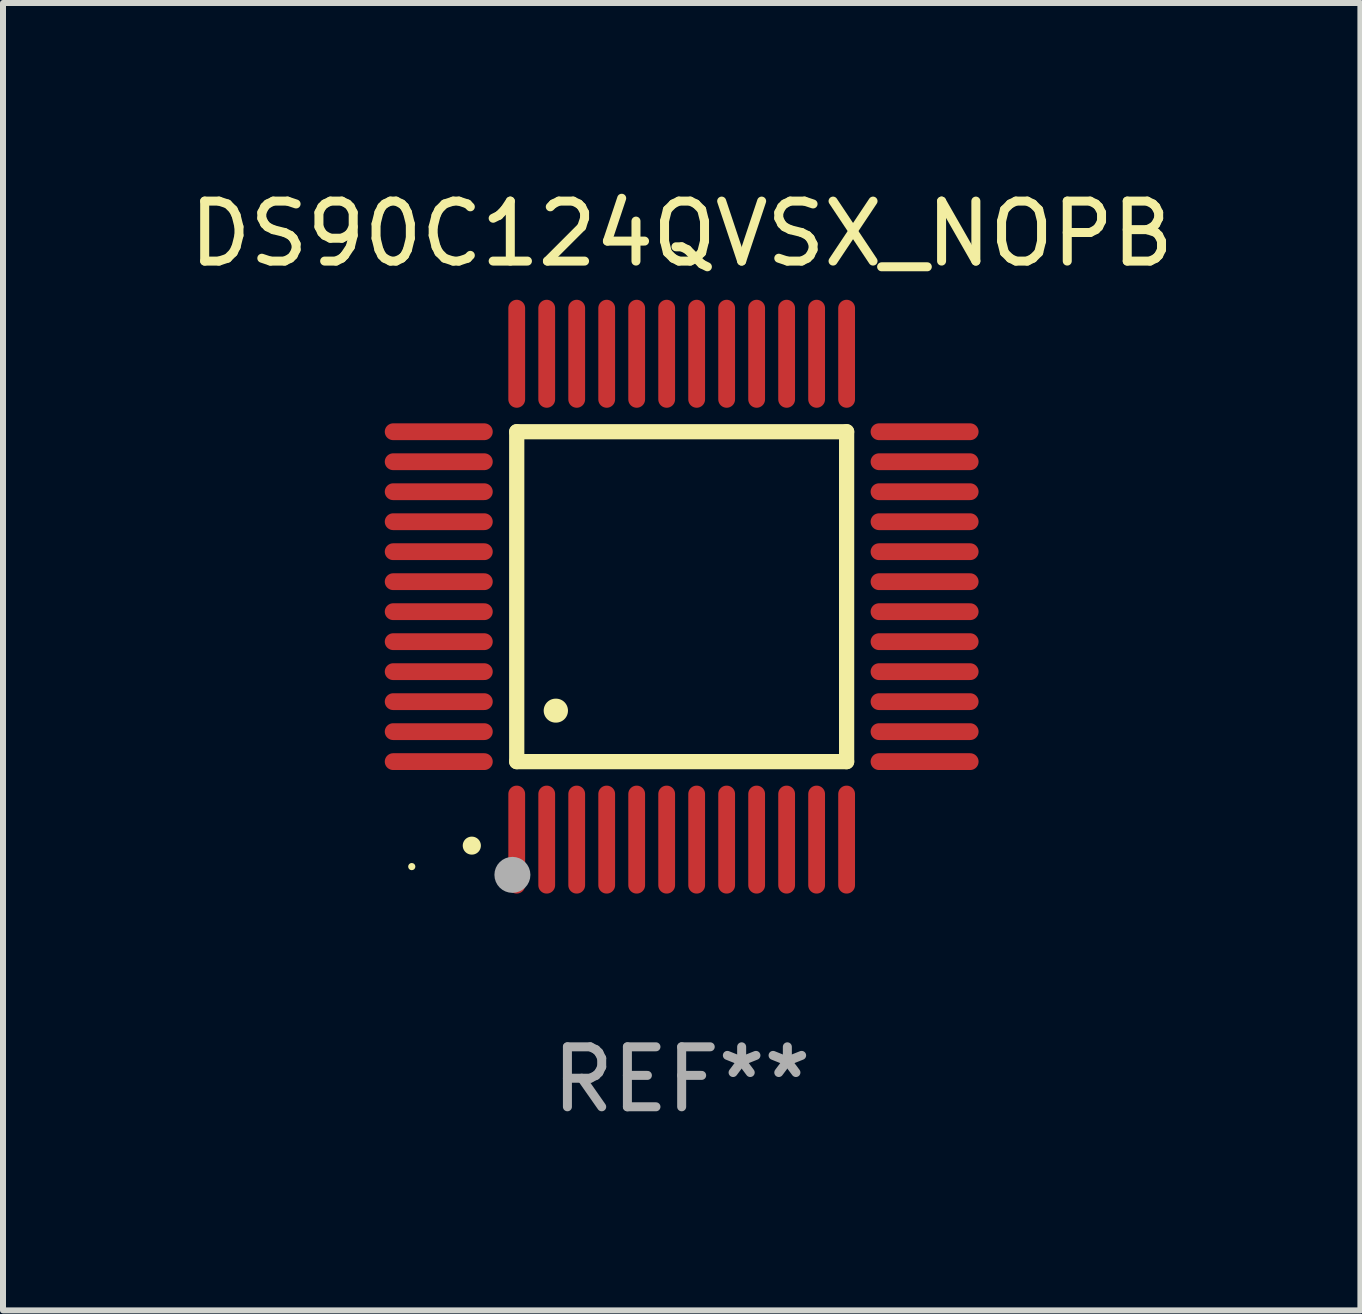
<source format=kicad_pcb>
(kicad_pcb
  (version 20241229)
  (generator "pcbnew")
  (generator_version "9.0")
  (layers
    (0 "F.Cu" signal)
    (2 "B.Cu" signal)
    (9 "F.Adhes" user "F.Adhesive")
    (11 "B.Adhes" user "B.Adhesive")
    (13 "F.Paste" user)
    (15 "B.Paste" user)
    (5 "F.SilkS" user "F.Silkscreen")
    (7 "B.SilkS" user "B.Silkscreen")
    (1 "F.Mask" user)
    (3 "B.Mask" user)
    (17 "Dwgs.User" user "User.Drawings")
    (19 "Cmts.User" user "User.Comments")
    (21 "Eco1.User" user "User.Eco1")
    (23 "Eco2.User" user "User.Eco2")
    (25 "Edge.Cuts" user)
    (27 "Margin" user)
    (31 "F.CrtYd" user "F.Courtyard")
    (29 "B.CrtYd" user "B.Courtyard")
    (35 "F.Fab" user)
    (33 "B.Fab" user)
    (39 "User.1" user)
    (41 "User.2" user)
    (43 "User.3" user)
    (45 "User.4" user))
  (footprint "DS90C124QVSX_NOPB"
    (layer "F.Cu")
    (at 8.315 6.898)
    (property "Reference" "DS90C124QVSX_NOPB" (at 0 -6.05 0) (layer "F.SilkS") (effects (font (size 1 1) (thickness 0.15))))
    (attr through_hole)
    (fp_line (start -2.75 -2.75) (end 2.75 -2.75) (stroke (width 0.254) (type solid)) (layer "F.SilkS"))
    (fp_line (start -2.75 2.75) (end -2.75 -2.75) (stroke (width 0.254) (type solid)) (layer "F.SilkS"))
    (fp_line (start 2.75 -2.75) (end 2.75 2.75) (stroke (width 0.254) (type solid)) (layer "F.SilkS"))
    (fp_line (start 2.75 2.75) (end -2.75 2.75) (stroke (width 0.254) (type solid)) (layer "F.SilkS"))
    (fp_arc (start -3.500127 4.150368) (mid -3.498857 4.150363) (end -3.497587 4.150368) (stroke (width 0.3) (type solid)) (layer "F.SilkS"))
    (fp_arc (start -2.100584 1.899924) (mid -2.098044 1.899908) (end -2.095504 1.899924) (stroke (width 0.4) (type solid)) (layer "F.SilkS"))
    (fp_circle (center -4.5 4.5) (end -4.47 4.5) (stroke (width 0.06) (type solid)) (fill no) (layer "F.SilkS"))
    (fp_circle (center -2.822 4.638) (end -2.672 4.638) (stroke (width 0.3) (type solid)) (fill no) (layer "F.Fab"))
    (fp_text user "REF**" (at 0 8.05 0) (layer "F.Fab") (effects (font (size 1 1) (thickness 0.15))))
    (pad "1" smd oval (at -2.75 4.05) (size 0.28 1.8) (layers "F.Cu" "F.Mask" "F.Paste"))
    (pad "2" smd oval (at -2.25 4.05) (size 0.28 1.8) (layers "F.Cu" "F.Mask" "F.Paste"))
    (pad "3" smd oval (at -1.75 4.05) (size 0.28 1.8) (layers "F.Cu" "F.Mask" "F.Paste"))
    (pad "4" smd oval (at -1.25 4.05) (size 0.28 1.8) (layers "F.Cu" "F.Mask" "F.Paste"))
    (pad "5" smd oval (at -0.75 4.05) (size 0.28 1.8) (layers "F.Cu" "F.Mask" "F.Paste"))
    (pad "6" smd oval (at -0.25 4.05) (size 0.28 1.8) (layers "F.Cu" "F.Mask" "F.Paste"))
    (pad "7" smd oval (at 0.25 4.05) (size 0.28 1.8) (layers "F.Cu" "F.Mask" "F.Paste"))
    (pad "8" smd oval (at 0.75 4.05) (size 0.28 1.8) (layers "F.Cu" "F.Mask" "F.Paste"))
    (pad "9" smd oval (at 1.25 4.05) (size 0.28 1.8) (layers "F.Cu" "F.Mask" "F.Paste"))
    (pad "10" smd oval (at 1.75 4.05) (size 0.28 1.8) (layers "F.Cu" "F.Mask" "F.Paste"))
    (pad "11" smd oval (at 2.25 4.05) (size 0.28 1.8) (layers "F.Cu" "F.Mask" "F.Paste"))
    (pad "12" smd oval (at 2.75 4.05) (size 0.28 1.8) (layers "F.Cu" "F.Mask" "F.Paste"))
    (pad "13" smd oval (at 4.05 2.75) (size 1.8 0.28) (layers "F.Cu" "F.Mask" "F.Paste"))
    (pad "14" smd oval (at 4.05 2.25) (size 1.8 0.28) (layers "F.Cu" "F.Mask" "F.Paste"))
    (pad "15" smd oval (at 4.05 1.75) (size 1.8 0.28) (layers "F.Cu" "F.Mask" "F.Paste"))
    (pad "16" smd oval (at 4.05 1.25) (size 1.8 0.28) (layers "F.Cu" "F.Mask" "F.Paste"))
    (pad "17" smd oval (at 4.05 0.75) (size 1.8 0.28) (layers "F.Cu" "F.Mask" "F.Paste"))
    (pad "18" smd oval (at 4.05 0.25) (size 1.8 0.28) (layers "F.Cu" "F.Mask" "F.Paste"))
    (pad "19" smd oval (at 4.05 -0.25) (size 1.8 0.28) (layers "F.Cu" "F.Mask" "F.Paste"))
    (pad "20" smd oval (at 4.05 -0.75) (size 1.8 0.28) (layers "F.Cu" "F.Mask" "F.Paste"))
    (pad "21" smd oval (at 4.05 -1.25) (size 1.8 0.28) (layers "F.Cu" "F.Mask" "F.Paste"))
    (pad "22" smd oval (at 4.05 -1.75) (size 1.8 0.28) (layers "F.Cu" "F.Mask" "F.Paste"))
    (pad "23" smd oval (at 4.05 -2.25) (size 1.8 0.28) (layers "F.Cu" "F.Mask" "F.Paste"))
    (pad "24" smd oval (at 4.05 -2.75) (size 1.8 0.28) (layers "F.Cu" "F.Mask" "F.Paste"))
    (pad "25" smd oval (at 2.75 -4.05) (size 0.28 1.8) (layers "F.Cu" "F.Mask" "F.Paste"))
    (pad "26" smd oval (at 2.25 -4.05) (size 0.28 1.8) (layers "F.Cu" "F.Mask" "F.Paste"))
    (pad "27" smd oval (at 1.75 -4.05) (size 0.28 1.8) (layers "F.Cu" "F.Mask" "F.Paste"))
    (pad "28" smd oval (at 1.25 -4.05) (size 0.28 1.8) (layers "F.Cu" "F.Mask" "F.Paste"))
    (pad "29" smd oval (at 0.75 -4.05) (size 0.28 1.8) (layers "F.Cu" "F.Mask" "F.Paste"))
    (pad "30" smd oval (at 0.25 -4.05) (size 0.28 1.8) (layers "F.Cu" "F.Mask" "F.Paste"))
    (pad "31" smd oval (at -0.25 -4.05) (size 0.28 1.8) (layers "F.Cu" "F.Mask" "F.Paste"))
    (pad "32" smd oval (at -0.75 -4.05) (size 0.28 1.8) (layers "F.Cu" "F.Mask" "F.Paste"))
    (pad "33" smd oval (at -1.25 -4.05) (size 0.28 1.8) (layers "F.Cu" "F.Mask" "F.Paste"))
    (pad "34" smd oval (at -1.75 -4.05) (size 0.28 1.8) (layers "F.Cu" "F.Mask" "F.Paste"))
    (pad "35" smd oval (at -2.25 -4.05) (size 0.28 1.8) (layers "F.Cu" "F.Mask" "F.Paste"))
    (pad "36" smd oval (at -2.75 -4.05) (size 0.28 1.8) (layers "F.Cu" "F.Mask" "F.Paste"))
    (pad "37" smd oval (at -4.05 -2.75) (size 1.8 0.28) (layers "F.Cu" "F.Mask" "F.Paste"))
    (pad "38" smd oval (at -4.05 -2.25) (size 1.8 0.28) (layers "F.Cu" "F.Mask" "F.Paste"))
    (pad "39" smd oval (at -4.05 -1.75) (size 1.8 0.28) (layers "F.Cu" "F.Mask" "F.Paste"))
    (pad "40" smd oval (at -4.05 -1.25) (size 1.8 0.28) (layers "F.Cu" "F.Mask" "F.Paste"))
    (pad "41" smd oval (at -4.05 -0.75) (size 1.8 0.28) (layers "F.Cu" "F.Mask" "F.Paste"))
    (pad "42" smd oval (at -4.05 -0.25) (size 1.8 0.28) (layers "F.Cu" "F.Mask" "F.Paste"))
    (pad "43" smd oval (at -4.05 0.25) (size 1.8 0.28) (layers "F.Cu" "F.Mask" "F.Paste"))
    (pad "44" smd oval (at -4.05 0.75) (size 1.8 0.28) (layers "F.Cu" "F.Mask" "F.Paste"))
    (pad "45" smd oval (at -4.05 1.25) (size 1.8 0.28) (layers "F.Cu" "F.Mask" "F.Paste"))
    (pad "46" smd oval (at -4.05 1.75) (size 1.8 0.28) (layers "F.Cu" "F.Mask" "F.Paste"))
    (pad "47" smd oval (at -4.05 2.25) (size 1.8 0.28) (layers "F.Cu" "F.Mask" "F.Paste"))
    (pad "48" smd oval (at -4.05 2.75) (size 1.8 0.28) (layers "F.Cu" "F.Mask" "F.Paste")))
  (gr_rect
    (start -3 -3)
    (end 19.631 18.797)
    (stroke (width 0.1) (type default))
    (fill no)
    (layer "Edge.Cuts")))
</source>
